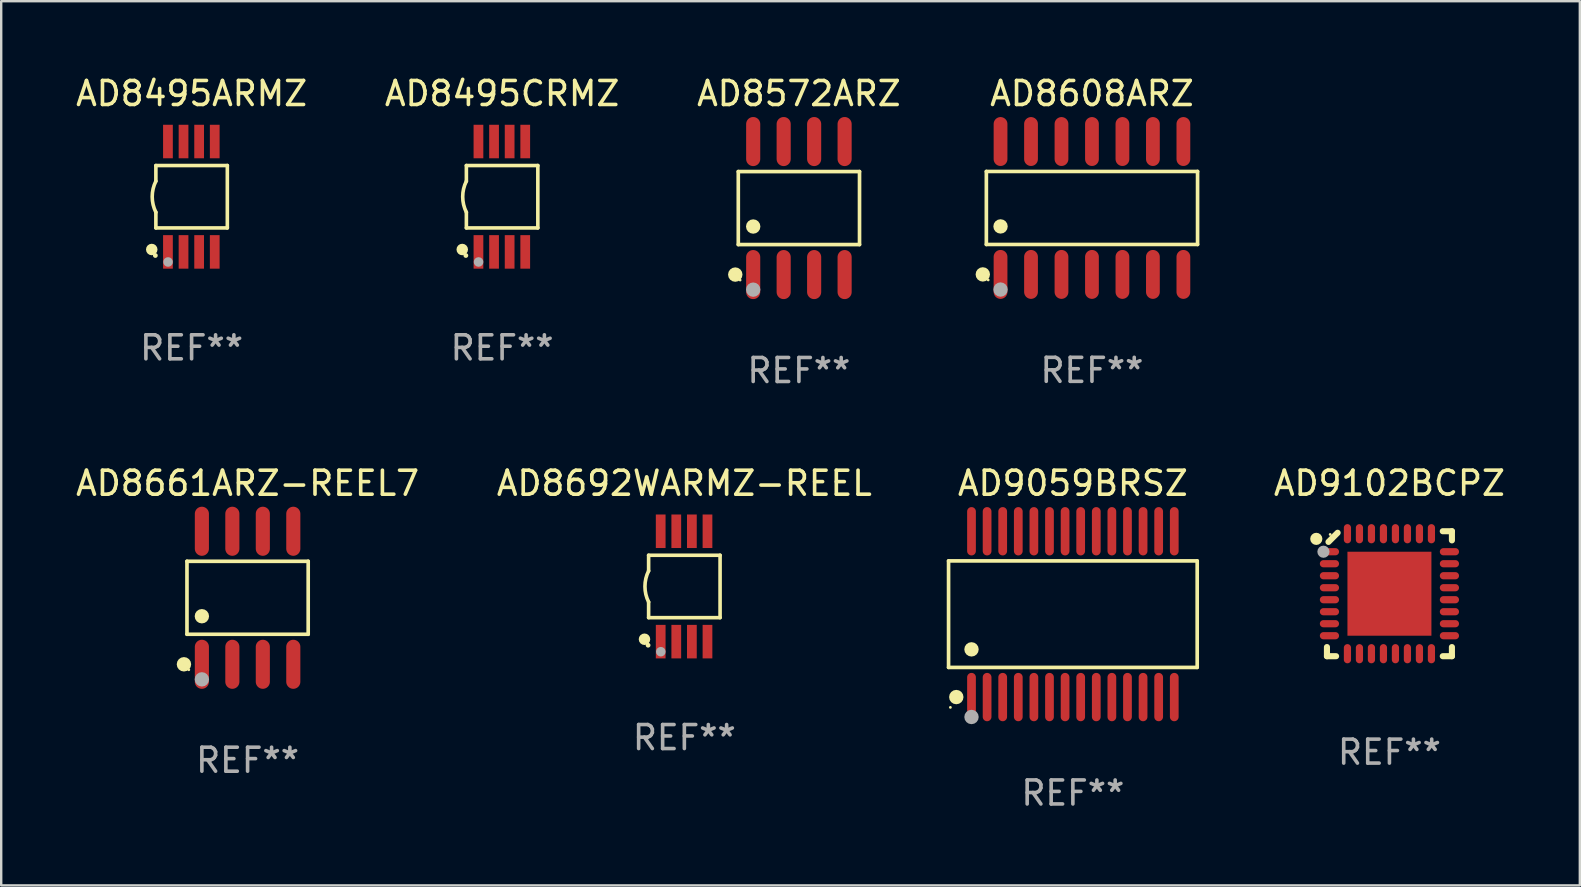
<source format=kicad_pcb>
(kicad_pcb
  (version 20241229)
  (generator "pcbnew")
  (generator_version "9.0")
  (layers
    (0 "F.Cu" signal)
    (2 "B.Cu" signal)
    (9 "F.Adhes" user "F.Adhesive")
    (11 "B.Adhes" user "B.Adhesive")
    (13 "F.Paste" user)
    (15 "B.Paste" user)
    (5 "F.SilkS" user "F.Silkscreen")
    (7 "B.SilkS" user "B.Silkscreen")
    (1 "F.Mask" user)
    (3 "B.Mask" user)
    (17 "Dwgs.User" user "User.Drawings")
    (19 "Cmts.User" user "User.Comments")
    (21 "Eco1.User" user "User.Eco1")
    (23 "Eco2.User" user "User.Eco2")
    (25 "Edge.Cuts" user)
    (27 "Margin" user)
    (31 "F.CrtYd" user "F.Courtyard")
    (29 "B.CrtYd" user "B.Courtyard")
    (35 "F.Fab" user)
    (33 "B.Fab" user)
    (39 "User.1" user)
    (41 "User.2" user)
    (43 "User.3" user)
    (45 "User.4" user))
  (footprint "AD9059BRSZ"
    (layer "F.Cu")
    (at 41.662 22.545)
    (property "Reference" "AD9059BRSZ" (at 0 -5.455 0) (layer "F.SilkS") (effects (font (size 1 1) (thickness 0.15))))
    (attr through_hole)
    (fp_line (start -5.181 -2.219) (end 5.181 -2.219) (stroke (width 0.152) (type solid)) (layer "F.SilkS"))
    (fp_line (start -5.181 2.219) (end -5.181 -2.219) (stroke (width 0.152) (type solid)) (layer "F.SilkS"))
    (fp_line (start 5.181 -2.219) (end 5.181 2.219) (stroke (width 0.152) (type solid)) (layer "F.SilkS"))
    (fp_line (start 5.181 2.219) (end -5.181 2.219) (stroke (width 0.152) (type solid)) (layer "F.SilkS"))
    (fp_circle (center -5.105 3.885) (end -5.075 3.885) (stroke (width 0.06) (type solid)) (fill no) (layer "F.SilkS"))
    (fp_circle (center -4.859 3.455) (end -4.709 3.455) (stroke (width 0.3) (type solid)) (fill no) (layer "F.SilkS"))
    (fp_circle (center -4.225 1.467) (end -4.075 1.467) (stroke (width 0.3) (type solid)) (fill no) (layer "F.SilkS"))
    (fp_circle (center -4.225 4.285) (end -4.075 4.285) (stroke (width 0.3) (type solid)) (fill no) (layer "F.Fab"))
    (fp_text user "REF**" (at 0 7.455 0) (layer "F.Fab") (effects (font (size 1 1) (thickness 0.15))))
    (pad "1" smd oval (at -4.225 3.455) (size 0.364 2.015) (layers "F.Cu" "F.Mask" "F.Paste"))
    (pad "2" smd oval (at -3.575 3.455) (size 0.364 2.015) (layers "F.Cu" "F.Mask" "F.Paste"))
    (pad "3" smd oval (at -2.925 3.455) (size 0.364 2.015) (layers "F.Cu" "F.Mask" "F.Paste"))
    (pad "4" smd oval (at -2.275 3.455) (size 0.364 2.015) (layers "F.Cu" "F.Mask" "F.Paste"))
    (pad "5" smd oval (at -1.625 3.455) (size 0.364 2.015) (layers "F.Cu" "F.Mask" "F.Paste"))
    (pad "6" smd oval (at -0.975 3.455) (size 0.364 2.015) (layers "F.Cu" "F.Mask" "F.Paste"))
    (pad "7" smd oval (at -0.325 3.455) (size 0.364 2.015) (layers "F.Cu" "F.Mask" "F.Paste"))
    (pad "8" smd oval (at 0.325 3.455) (size 0.364 2.015) (layers "F.Cu" "F.Mask" "F.Paste"))
    (pad "9" smd oval (at 0.975 3.455) (size 0.364 2.015) (layers "F.Cu" "F.Mask" "F.Paste"))
    (pad "10" smd oval (at 1.625 3.455) (size 0.364 2.015) (layers "F.Cu" "F.Mask" "F.Paste"))
    (pad "11" smd oval (at 2.275 3.455) (size 0.364 2.015) (layers "F.Cu" "F.Mask" "F.Paste"))
    (pad "12" smd oval (at 2.925 3.455) (size 0.364 2.015) (layers "F.Cu" "F.Mask" "F.Paste"))
    (pad "13" smd oval (at 3.575 3.455) (size 0.364 2.015) (layers "F.Cu" "F.Mask" "F.Paste"))
    (pad "14" smd oval (at 4.225 3.455) (size 0.364 2.015) (layers "F.Cu" "F.Mask" "F.Paste"))
    (pad "15" smd oval (at 4.225 -3.455) (size 0.364 2.015) (layers "F.Cu" "F.Mask" "F.Paste"))
    (pad "16" smd oval (at 3.575 -3.455) (size 0.364 2.015) (layers "F.Cu" "F.Mask" "F.Paste"))
    (pad "17" smd oval (at 2.925 -3.455) (size 0.364 2.015) (layers "F.Cu" "F.Mask" "F.Paste"))
    (pad "18" smd oval (at 2.275 -3.455) (size 0.364 2.015) (layers "F.Cu" "F.Mask" "F.Paste"))
    (pad "19" smd oval (at 1.625 -3.455) (size 0.364 2.015) (layers "F.Cu" "F.Mask" "F.Paste"))
    (pad "20" smd oval (at 0.975 -3.455) (size 0.364 2.015) (layers "F.Cu" "F.Mask" "F.Paste"))
    (pad "21" smd oval (at 0.325 -3.455) (size 0.364 2.015) (layers "F.Cu" "F.Mask" "F.Paste"))
    (pad "22" smd oval (at -0.325 -3.455) (size 0.364 2.015) (layers "F.Cu" "F.Mask" "F.Paste"))
    (pad "23" smd oval (at -0.975 -3.455) (size 0.364 2.015) (layers "F.Cu" "F.Mask" "F.Paste"))
    (pad "24" smd oval (at -1.625 -3.455) (size 0.364 2.015) (layers "F.Cu" "F.Mask" "F.Paste"))
    (pad "25" smd oval (at -2.275 -3.455) (size 0.364 2.015) (layers "F.Cu" "F.Mask" "F.Paste"))
    (pad "26" smd oval (at -2.925 -3.455) (size 0.364 2.015) (layers "F.Cu" "F.Mask" "F.Paste"))
    (pad "27" smd oval (at -3.575 -3.455) (size 0.364 2.015) (layers "F.Cu" "F.Mask" "F.Paste"))
    (pad "28" smd oval (at -4.225 -3.455) (size 0.364 2.015) (layers "F.Cu" "F.Mask" "F.Paste")))
  (footprint "AD8608ARZ"
    (layer "F.Cu")
    (at 42.457 5.617)
    (property "Reference" "AD8608ARZ" (at 0 -4.769 0) (layer "F.SilkS") (effects (font (size 1 1) (thickness 0.15))))
    (attr through_hole)
    (fp_line (start -4.401 -1.521) (end 4.401 -1.521) (stroke (width 0.152) (type solid)) (layer "F.SilkS"))
    (fp_line (start -4.401 1.521) (end -4.401 -1.521) (stroke (width 0.152) (type solid)) (layer "F.SilkS"))
    (fp_line (start 4.401 -1.521) (end 4.401 1.521) (stroke (width 0.152) (type solid)) (layer "F.SilkS"))
    (fp_line (start 4.401 1.521) (end -4.401 1.521) (stroke (width 0.152) (type solid)) (layer "F.SilkS"))
    (fp_circle (center -4.549 2.769) (end -4.399 2.769) (stroke (width 0.3) (type solid)) (fill no) (layer "F.SilkS"))
    (fp_circle (center -4.325 3) (end -4.295 3) (stroke (width 0.06) (type solid)) (fill no) (layer "F.SilkS"))
    (fp_circle (center -3.81 0.769) (end -3.66 0.769) (stroke (width 0.3) (type solid)) (fill no) (layer "F.SilkS"))
    (fp_circle (center -3.81 3.4) (end -3.66 3.4) (stroke (width 0.3) (type solid)) (fill no) (layer "F.Fab"))
    (fp_text user "REF**" (at 0 6.769 0) (layer "F.Fab") (effects (font (size 1 1) (thickness 0.15))))
    (pad "1" smd oval (at -3.81 2.769) (size 0.574 2.038) (layers "F.Cu" "F.Mask" "F.Paste"))
    (pad "2" smd oval (at -2.54 2.769) (size 0.574 2.038) (layers "F.Cu" "F.Mask" "F.Paste"))
    (pad "3" smd oval (at -1.27 2.769) (size 0.574 2.038) (layers "F.Cu" "F.Mask" "F.Paste"))
    (pad "4" smd oval (at 0 2.769) (size 0.574 2.038) (layers "F.Cu" "F.Mask" "F.Paste"))
    (pad "5" smd oval (at 1.27 2.769) (size 0.574 2.038) (layers "F.Cu" "F.Mask" "F.Paste"))
    (pad "6" smd oval (at 2.54 2.769) (size 0.574 2.038) (layers "F.Cu" "F.Mask" "F.Paste"))
    (pad "7" smd oval (at 3.81 2.769) (size 0.574 2.038) (layers "F.Cu" "F.Mask" "F.Paste"))
    (pad "8" smd oval (at 3.81 -2.769) (size 0.574 2.038) (layers "F.Cu" "F.Mask" "F.Paste"))
    (pad "9" smd oval (at 2.54 -2.769) (size 0.574 2.038) (layers "F.Cu" "F.Mask" "F.Paste"))
    (pad "10" smd oval (at 1.27 -2.769) (size 0.574 2.038) (layers "F.Cu" "F.Mask" "F.Paste"))
    (pad "11" smd oval (at 0 -2.769) (size 0.574 2.038) (layers "F.Cu" "F.Mask" "F.Paste"))
    (pad "12" smd oval (at -1.27 -2.769) (size 0.574 2.038) (layers "F.Cu" "F.Mask" "F.Paste"))
    (pad "13" smd oval (at -2.54 -2.769) (size 0.574 2.038) (layers "F.Cu" "F.Mask" "F.Paste"))
    (pad "14" smd oval (at -3.81 -2.769) (size 0.574 2.038) (layers "F.Cu" "F.Mask" "F.Paste")))
  (footprint "AD8692WARMZ-REEL"
    (layer "F.Cu")
    (at 25.47 21.39)
    (property "Reference" "AD8692WARMZ-REEL" (at 0 -4.3 0) (layer "F.SilkS") (effects (font (size 1 1) (thickness 0.15))))
    (attr through_hole)
    (fp_line (start -1.489 -1.3) (end -1.489 -0.648) (stroke (width 0.15) (type solid)) (layer "F.SilkS"))
    (fp_line (start -1.489 0.648) (end -1.489 1.3) (stroke (width 0.15) (type solid)) (layer "F.SilkS"))
    (fp_line (start -1.489 1.3) (end 1.489 1.3) (stroke (width 0.15) (type solid)) (layer "F.SilkS"))
    (fp_line (start 1.489 -1.3) (end -1.489 -1.3) (stroke (width 0.15) (type solid)) (layer "F.SilkS"))
    (fp_line (start 1.489 1.3) (end 1.489 -1.3) (stroke (width 0.15) (type solid)) (layer "F.SilkS"))
    (fp_arc (start -1.489205 0.647702) (mid -1.642107 0) (end -1.489205 -0.647701) (stroke (width 0.150013) (type solid)) (layer "F.SilkS"))
    (fp_circle (center -1.661 2.2) (end -1.541 2.2) (stroke (width 0.24) (type solid)) (fill no) (layer "F.SilkS"))
    (fp_circle (center -1.511 2.45) (end -1.461 2.45) (stroke (width 0.1) (type solid)) (fill no) (layer "F.SilkS"))
    (fp_circle (center -0.981 2.72) (end -0.881 2.72) (stroke (width 0.2) (type solid)) (fill no) (layer "F.Fab"))
    (fp_text user "REF**" (at 0 6.3 0) (layer "F.Fab") (effects (font (size 1 1) (thickness 0.15))))
    (pad "1" smd rect (at -0.986 2.3) (size 0.406 1.397) (layers "F.Cu" "F.Mask" "F.Paste"))
    (pad "2" smd rect (at -0.336 2.3) (size 0.406 1.397) (layers "F.Cu" "F.Mask" "F.Paste"))
    (pad "3" smd rect (at 0.314 2.3) (size 0.406 1.397) (layers "F.Cu" "F.Mask" "F.Paste"))
    (pad "4" smd rect (at 0.964 2.3) (size 0.406 1.397) (layers "F.Cu" "F.Mask" "F.Paste"))
    (pad "5" smd rect (at 0.964 -2.3) (size 0.406 1.397) (layers "F.Cu" "F.Mask" "F.Paste"))
    (pad "6" smd rect (at 0.314 -2.3) (size 0.406 1.397) (layers "F.Cu" "F.Mask" "F.Paste"))
    (pad "7" smd rect (at -0.336 -2.3) (size 0.406 1.397) (layers "F.Cu" "F.Mask" "F.Paste"))
    (pad "8" smd rect (at -0.986 -2.3) (size 0.406 1.397) (layers "F.Cu" "F.Mask" "F.Paste")))
  (footprint "AD8495CRMZ"
    (layer "F.Cu")
    (at 17.875 5.148)
    (property "Reference" "AD8495CRMZ" (at 0 -4.3 0) (layer "F.SilkS") (effects (font (size 1 1) (thickness 0.15))))
    (attr through_hole)
    (fp_line (start -1.489 -1.3) (end -1.489 -0.648) (stroke (width 0.15) (type solid)) (layer "F.SilkS"))
    (fp_line (start -1.489 0.648) (end -1.489 1.3) (stroke (width 0.15) (type solid)) (layer "F.SilkS"))
    (fp_line (start -1.489 1.3) (end 1.489 1.3) (stroke (width 0.15) (type solid)) (layer "F.SilkS"))
    (fp_line (start 1.489 -1.3) (end -1.489 -1.3) (stroke (width 0.15) (type solid)) (layer "F.SilkS"))
    (fp_line (start 1.489 1.3) (end 1.489 -1.3) (stroke (width 0.15) (type solid)) (layer "F.SilkS"))
    (fp_arc (start -1.489205 0.647702) (mid -1.642107 0) (end -1.489205 -0.647701) (stroke (width 0.150013) (type solid)) (layer "F.SilkS"))
    (fp_circle (center -1.661 2.2) (end -1.541 2.2) (stroke (width 0.24) (type solid)) (fill no) (layer "F.SilkS"))
    (fp_circle (center -1.511 2.45) (end -1.461 2.45) (stroke (width 0.1) (type solid)) (fill no) (layer "F.SilkS"))
    (fp_circle (center -0.981 2.72) (end -0.881 2.72) (stroke (width 0.2) (type solid)) (fill no) (layer "F.Fab"))
    (fp_text user "REF**" (at 0 6.3 0) (layer "F.Fab") (effects (font (size 1 1) (thickness 0.15))))
    (pad "1" smd rect (at -0.986 2.3) (size 0.406 1.397) (layers "F.Cu" "F.Mask" "F.Paste"))
    (pad "2" smd rect (at -0.336 2.3) (size 0.406 1.397) (layers "F.Cu" "F.Mask" "F.Paste"))
    (pad "3" smd rect (at 0.314 2.3) (size 0.406 1.397) (layers "F.Cu" "F.Mask" "F.Paste"))
    (pad "4" smd rect (at 0.964 2.3) (size 0.406 1.397) (layers "F.Cu" "F.Mask" "F.Paste"))
    (pad "5" smd rect (at 0.964 -2.3) (size 0.406 1.397) (layers "F.Cu" "F.Mask" "F.Paste"))
    (pad "6" smd rect (at 0.314 -2.3) (size 0.406 1.397) (layers "F.Cu" "F.Mask" "F.Paste"))
    (pad "7" smd rect (at -0.336 -2.3) (size 0.406 1.397) (layers "F.Cu" "F.Mask" "F.Paste"))
    (pad "8" smd rect (at -0.986 -2.3) (size 0.406 1.397) (layers "F.Cu" "F.Mask" "F.Paste")))
  (footprint "AD8572ARZ"
    (layer "F.Cu")
    (at 30.244 5.621)
    (property "Reference" "AD8572ARZ" (at 0 -4.772 0) (layer "F.SilkS") (effects (font (size 1 1) (thickness 0.15))))
    (attr through_hole)
    (fp_line (start -2.526 -1.521) (end 2.526 -1.521) (stroke (width 0.152) (type solid)) (layer "F.SilkS"))
    (fp_line (start -2.526 1.521) (end -2.526 -1.521) (stroke (width 0.152) (type solid)) (layer "F.SilkS"))
    (fp_line (start 2.526 -1.521) (end 2.526 1.521) (stroke (width 0.152) (type solid)) (layer "F.SilkS"))
    (fp_line (start 2.526 1.521) (end -2.526 1.521) (stroke (width 0.152) (type solid)) (layer "F.SilkS"))
    (fp_circle (center -2.652 2.772) (end -2.501 2.772) (stroke (width 0.3) (type solid)) (fill no) (layer "F.SilkS"))
    (fp_circle (center -2.45 3) (end -2.42 3) (stroke (width 0.06) (type solid)) (fill no) (layer "F.SilkS"))
    (fp_circle (center -1.905 0.769) (end -1.755 0.769) (stroke (width 0.3) (type solid)) (fill no) (layer "F.SilkS"))
    (fp_circle (center -1.905 3.4) (end -1.755 3.4) (stroke (width 0.3) (type solid)) (fill no) (layer "F.Fab"))
    (fp_text user "REF**" (at 0 6.772 0) (layer "F.Fab") (effects (font (size 1 1) (thickness 0.15))))
    (pad "1" smd oval (at -1.905 2.772) (size 0.588 2.045) (layers "F.Cu" "F.Mask" "F.Paste"))
    (pad "2" smd oval (at -0.635 2.772) (size 0.588 2.045) (layers "F.Cu" "F.Mask" "F.Paste"))
    (pad "3" smd oval (at 0.635 2.772) (size 0.588 2.045) (layers "F.Cu" "F.Mask" "F.Paste"))
    (pad "4" smd oval (at 1.905 2.772) (size 0.588 2.045) (layers "F.Cu" "F.Mask" "F.Paste"))
    (pad "5" smd oval (at 1.905 -2.772) (size 0.588 2.045) (layers "F.Cu" "F.Mask" "F.Paste"))
    (pad "6" smd oval (at 0.635 -2.772) (size 0.588 2.045) (layers "F.Cu" "F.Mask" "F.Paste"))
    (pad "7" smd oval (at -0.635 -2.772) (size 0.588 2.045) (layers "F.Cu" "F.Mask" "F.Paste"))
    (pad "8" smd oval (at -1.905 -2.772) (size 0.588 2.045) (layers "F.Cu" "F.Mask" "F.Paste")))
  (footprint "AD8661ARZ-REEL7"
    (layer "F.Cu")
    (at 7.268 21.862)
    (property "Reference" "AD8661ARZ-REEL7" (at 0 -4.772 0) (layer "F.SilkS") (effects (font (size 1 1) (thickness 0.15))))
    (attr through_hole)
    (fp_line (start -2.526 -1.521) (end 2.526 -1.521) (stroke (width 0.152) (type solid)) (layer "F.SilkS"))
    (fp_line (start -2.526 1.521) (end -2.526 -1.521) (stroke (width 0.152) (type solid)) (layer "F.SilkS"))
    (fp_line (start 2.526 -1.521) (end 2.526 1.521) (stroke (width 0.152) (type solid)) (layer "F.SilkS"))
    (fp_line (start 2.526 1.521) (end -2.526 1.521) (stroke (width 0.152) (type solid)) (layer "F.SilkS"))
    (fp_circle (center -2.652 2.772) (end -2.501 2.772) (stroke (width 0.3) (type solid)) (fill no) (layer "F.SilkS"))
    (fp_circle (center -2.45 3) (end -2.42 3) (stroke (width 0.06) (type solid)) (fill no) (layer "F.SilkS"))
    (fp_circle (center -1.905 0.769) (end -1.755 0.769) (stroke (width 0.3) (type solid)) (fill no) (layer "F.SilkS"))
    (fp_circle (center -1.905 3.4) (end -1.755 3.4) (stroke (width 0.3) (type solid)) (fill no) (layer "F.Fab"))
    (fp_text user "REF**" (at 0 6.772 0) (layer "F.Fab") (effects (font (size 1 1) (thickness 0.15))))
    (pad "1" smd oval (at -1.905 2.772) (size 0.588 2.045) (layers "F.Cu" "F.Mask" "F.Paste"))
    (pad "2" smd oval (at -0.635 2.772) (size 0.588 2.045) (layers "F.Cu" "F.Mask" "F.Paste"))
    (pad "3" smd oval (at 0.635 2.772) (size 0.588 2.045) (layers "F.Cu" "F.Mask" "F.Paste"))
    (pad "4" smd oval (at 1.905 2.772) (size 0.588 2.045) (layers "F.Cu" "F.Mask" "F.Paste"))
    (pad "5" smd oval (at 1.905 -2.772) (size 0.588 2.045) (layers "F.Cu" "F.Mask" "F.Paste"))
    (pad "6" smd oval (at 0.635 -2.772) (size 0.588 2.045) (layers "F.Cu" "F.Mask" "F.Paste"))
    (pad "7" smd oval (at -0.635 -2.772) (size 0.588 2.045) (layers "F.Cu" "F.Mask" "F.Paste"))
    (pad "8" smd oval (at -1.905 -2.772) (size 0.588 2.045) (layers "F.Cu" "F.Mask" "F.Paste")))
  (footprint "AD9102BCPZ"
    (layer "F.Cu")
    (at 54.854 21.693)
    (property "Reference" "AD9102BCPZ" (at 0 -4.604 0) (layer "F.SilkS") (effects (font (size 1 1) (thickness 0.15))))
    (attr through_hole)
    (fp_line (start -2.604 2.223) (end -2.604 2.604) (stroke (width 0.254) (type solid)) (layer "F.SilkS"))
    (fp_line (start -2.604 2.604) (end -2.223 2.604) (stroke (width 0.254) (type solid)) (layer "F.SilkS"))
    (fp_line (start -2.159 -2.54) (end -2.54 -2.159) (stroke (width 0.254) (type solid)) (layer "F.SilkS"))
    (fp_line (start 2.223 2.604) (end 2.604 2.604) (stroke (width 0.254) (type solid)) (layer "F.SilkS"))
    (fp_line (start 2.604 -2.604) (end 2.223 -2.604) (stroke (width 0.254) (type solid)) (layer "F.SilkS"))
    (fp_line (start 2.604 -2.223) (end 2.604 -2.604) (stroke (width 0.254) (type solid)) (layer "F.SilkS"))
    (fp_line (start 2.604 2.604) (end 2.604 2.223) (stroke (width 0.254) (type solid)) (layer "F.SilkS"))
    (fp_circle (center -3.048 -2.286) (end -2.921 -2.286) (stroke (width 0.254) (type solid)) (fill no) (layer "F.SilkS"))
    (fp_circle (center -2.47 -2.47) (end -2.44 -2.47) (stroke (width 0.06) (type solid)) (fill no) (layer "F.SilkS"))
    (fp_circle (center -2.75 -1.75) (end -2.623 -1.75) (stroke (width 0.254) (type solid)) (fill no) (layer "F.Fab"))
    (fp_text user "REF**" (at 0 6.604 0) (layer "F.Fab") (effects (font (size 1 1) (thickness 0.15))))
    (pad "1" smd oval (at -2.5 -1.75) (size 0.8 0.3) (layers "F.Cu" "F.Mask" "F.Paste"))
    (pad "2" smd oval (at -2.5 -1.25) (size 0.8 0.3) (layers "F.Cu" "F.Mask" "F.Paste"))
    (pad "3" smd oval (at -2.5 -0.75) (size 0.8 0.3) (layers "F.Cu" "F.Mask" "F.Paste"))
    (pad "4" smd oval (at -2.5 -0.25) (size 0.8 0.3) (layers "F.Cu" "F.Mask" "F.Paste"))
    (pad "5" smd oval (at -2.5 0.25) (size 0.8 0.3) (layers "F.Cu" "F.Mask" "F.Paste"))
    (pad "6" smd oval (at -2.5 0.75) (size 0.8 0.3) (layers "F.Cu" "F.Mask" "F.Paste"))
    (pad "7" smd oval (at -2.5 1.25) (size 0.8 0.3) (layers "F.Cu" "F.Mask" "F.Paste"))
    (pad "8" smd oval (at -2.5 1.75) (size 0.8 0.3) (layers "F.Cu" "F.Mask" "F.Paste"))
    (pad "9" smd oval (at -1.75 2.5) (size 0.3 0.8) (layers "F.Cu" "F.Mask" "F.Paste"))
    (pad "10" smd oval (at -1.25 2.5) (size 0.3 0.8) (layers "F.Cu" "F.Mask" "F.Paste"))
    (pad "11" smd oval (at -0.75 2.5) (size 0.3 0.8) (layers "F.Cu" "F.Mask" "F.Paste"))
    (pad "12" smd oval (at -0.25 2.5) (size 0.3 0.8) (layers "F.Cu" "F.Mask" "F.Paste"))
    (pad "13" smd oval (at 0.25 2.5) (size 0.3 0.8) (layers "F.Cu" "F.Mask" "F.Paste"))
    (pad "14" smd oval (at 0.75 2.5) (size 0.3 0.8) (layers "F.Cu" "F.Mask" "F.Paste"))
    (pad "15" smd oval (at 1.25 2.5) (size 0.3 0.8) (layers "F.Cu" "F.Mask" "F.Paste"))
    (pad "16" smd oval (at 1.75 2.5) (size 0.3 0.8) (layers "F.Cu" "F.Mask" "F.Paste"))
    (pad "17" smd oval (at 2.5 1.75) (size 0.8 0.3) (layers "F.Cu" "F.Mask" "F.Paste"))
    (pad "18" smd oval (at 2.5 1.25) (size 0.8 0.3) (layers "F.Cu" "F.Mask" "F.Paste"))
    (pad "19" smd oval (at 2.5 0.75) (size 0.8 0.3) (layers "F.Cu" "F.Mask" "F.Paste"))
    (pad "20" smd oval (at 2.5 0.25) (size 0.8 0.3) (layers "F.Cu" "F.Mask" "F.Paste"))
    (pad "21" smd oval (at 2.5 -0.25) (size 0.8 0.3) (layers "F.Cu" "F.Mask" "F.Paste"))
    (pad "22" smd oval (at 2.5 -0.75) (size 0.8 0.3) (layers "F.Cu" "F.Mask" "F.Paste"))
    (pad "23" smd oval (at 2.5 -1.25) (size 0.8 0.3) (layers "F.Cu" "F.Mask" "F.Paste"))
    (pad "24" smd oval (at 2.5 -1.75) (size 0.8 0.3) (layers "F.Cu" "F.Mask" "F.Paste"))
    (pad "25" smd oval (at 1.75 -2.5) (size 0.3 0.8) (layers "F.Cu" "F.Mask" "F.Paste"))
    (pad "26" smd oval (at 1.25 -2.5) (size 0.3 0.8) (layers "F.Cu" "F.Mask" "F.Paste"))
    (pad "27" smd oval (at 0.75 -2.5) (size 0.3 0.8) (layers "F.Cu" "F.Mask" "F.Paste"))
    (pad "28" smd oval (at 0.25 -2.5) (size 0.3 0.8) (layers "F.Cu" "F.Mask" "F.Paste"))
    (pad "29" smd oval (at -0.25 -2.5) (size 0.3 0.8) (layers "F.Cu" "F.Mask" "F.Paste"))
    (pad "30" smd oval (at -0.75 -2.5) (size 0.3 0.8) (layers "F.Cu" "F.Mask" "F.Paste"))
    (pad "31" smd oval (at -1.25 -2.5) (size 0.3 0.8) (layers "F.Cu" "F.Mask" "F.Paste"))
    (pad "32" smd oval (at -1.75 -2.5) (size 0.3 0.8) (layers "F.Cu" "F.Mask" "F.Paste"))
    (pad "33" smd rect (at 0.000102 -0.000025) (size 3.5 3.5) (layers "F.Cu" "F.Mask" "F.Paste")))
  (footprint "AD8495ARMZ"
    (layer "F.Cu")
    (at 4.935 5.148)
    (property "Reference" "AD8495ARMZ" (at 0 -4.3 0) (layer "F.SilkS") (effects (font (size 1 1) (thickness 0.15))))
    (attr through_hole)
    (fp_line (start -1.489 -1.3) (end -1.489 -0.648) (stroke (width 0.15) (type solid)) (layer "F.SilkS"))
    (fp_line (start -1.489 0.648) (end -1.489 1.3) (stroke (width 0.15) (type solid)) (layer "F.SilkS"))
    (fp_line (start -1.489 1.3) (end 1.489 1.3) (stroke (width 0.15) (type solid)) (layer "F.SilkS"))
    (fp_line (start 1.489 -1.3) (end -1.489 -1.3) (stroke (width 0.15) (type solid)) (layer "F.SilkS"))
    (fp_line (start 1.489 1.3) (end 1.489 -1.3) (stroke (width 0.15) (type solid)) (layer "F.SilkS"))
    (fp_arc (start -1.489205 0.647702) (mid -1.642107 0) (end -1.489205 -0.647701) (stroke (width 0.150013) (type solid)) (layer "F.SilkS"))
    (fp_circle (center -1.661 2.2) (end -1.541 2.2) (stroke (width 0.24) (type solid)) (fill no) (layer "F.SilkS"))
    (fp_circle (center -1.511 2.45) (end -1.461 2.45) (stroke (width 0.1) (type solid)) (fill no) (layer "F.SilkS"))
    (fp_circle (center -0.981 2.72) (end -0.881 2.72) (stroke (width 0.2) (type solid)) (fill no) (layer "F.Fab"))
    (fp_text user "REF**" (at 0 6.3 0) (layer "F.Fab") (effects (font (size 1 1) (thickness 0.15))))
    (pad "1" smd rect (at -0.986 2.3) (size 0.406 1.397) (layers "F.Cu" "F.Mask" "F.Paste"))
    (pad "2" smd rect (at -0.336 2.3) (size 0.406 1.397) (layers "F.Cu" "F.Mask" "F.Paste"))
    (pad "3" smd rect (at 0.314 2.3) (size 0.406 1.397) (layers "F.Cu" "F.Mask" "F.Paste"))
    (pad "4" smd rect (at 0.964 2.3) (size 0.406 1.397) (layers "F.Cu" "F.Mask" "F.Paste"))
    (pad "5" smd rect (at 0.964 -2.3) (size 0.406 1.397) (layers "F.Cu" "F.Mask" "F.Paste"))
    (pad "6" smd rect (at 0.314 -2.3) (size 0.406 1.397) (layers "F.Cu" "F.Mask" "F.Paste"))
    (pad "7" smd rect (at -0.336 -2.3) (size 0.406 1.397) (layers "F.Cu" "F.Mask" "F.Paste"))
    (pad "8" smd rect (at -0.986 -2.3) (size 0.406 1.397) (layers "F.Cu" "F.Mask" "F.Paste")))
  (gr_rect
    (start -3 -3)
    (end 62.789 33.848)
    (stroke (width 0.1) (type default))
    (fill no)
    (layer "Edge.Cuts")))
</source>
